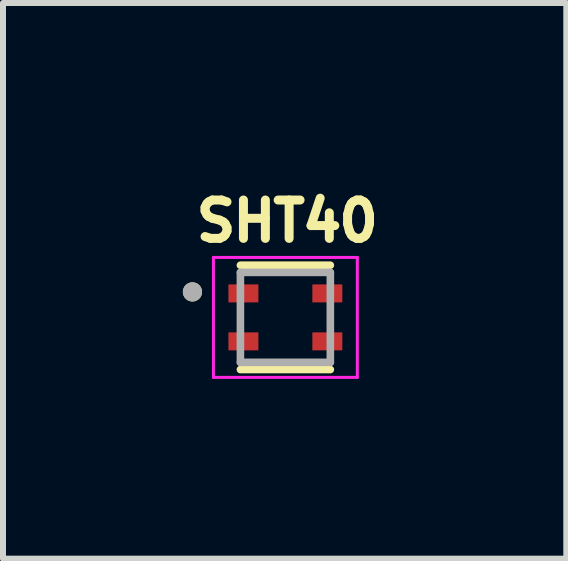
<source format=kicad_pcb>
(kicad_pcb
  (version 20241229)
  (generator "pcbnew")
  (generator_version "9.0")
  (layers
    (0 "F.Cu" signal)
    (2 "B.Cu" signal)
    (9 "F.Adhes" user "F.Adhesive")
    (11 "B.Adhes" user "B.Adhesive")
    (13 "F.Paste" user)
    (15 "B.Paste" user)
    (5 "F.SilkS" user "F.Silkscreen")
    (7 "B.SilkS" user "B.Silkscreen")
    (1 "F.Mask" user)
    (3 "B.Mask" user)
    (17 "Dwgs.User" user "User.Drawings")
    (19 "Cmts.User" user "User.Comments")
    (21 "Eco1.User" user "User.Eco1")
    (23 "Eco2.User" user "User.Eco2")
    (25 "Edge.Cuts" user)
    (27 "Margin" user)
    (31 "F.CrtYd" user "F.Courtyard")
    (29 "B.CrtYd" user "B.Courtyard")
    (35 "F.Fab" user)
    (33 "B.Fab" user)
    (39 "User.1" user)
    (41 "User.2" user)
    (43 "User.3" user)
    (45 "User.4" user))
  (footprint "SHT40"
    (layer "F.Cu")
    (at 1.71 2.244)
    (property "Reference" "SHT40" (at 0.032 -1.606 0) (layer "F.SilkS") (effects (font (size 0.64 0.64) (thickness 0.15))))
    (attr through_hole)
    (fp_line (start -0.75 -0.87) (end 0.75 -0.87) (stroke (width 0.127) (type solid)) (layer "F.SilkS"))
    (fp_line (start 0.75 0.87) (end -0.75 0.87) (stroke (width 0.127) (type solid)) (layer "F.SilkS"))
    (fp_circle (center -1.55 -0.425) (end -1.47 -0.425) (stroke (width 0.16) (type solid)) (fill no) (layer "F.SilkS"))
    (fp_line (start -1.2 -1) (end -1.2 1) (stroke (width 0.05) (type solid)) (layer "F.CrtYd"))
    (fp_line (start -1.2 1) (end 1.2 1) (stroke (width 0.05) (type solid)) (layer "F.CrtYd"))
    (fp_line (start 1.2 -1) (end -1.2 -1) (stroke (width 0.05) (type solid)) (layer "F.CrtYd"))
    (fp_line (start 1.2 1) (end 1.2 -1) (stroke (width 0.05) (type solid)) (layer "F.CrtYd"))
    (fp_line (start -0.75 -0.75) (end -0.75 0.75) (stroke (width 0.127) (type solid)) (layer "F.Fab"))
    (fp_line (start -0.75 -0.75) (end 0.75 -0.75) (stroke (width 0.127) (type solid)) (layer "F.Fab"))
    (fp_line (start 0.75 0.75) (end -0.75 0.75) (stroke (width 0.127) (type solid)) (layer "F.Fab"))
    (fp_line (start 0.75 0.75) (end 0.75 -0.75) (stroke (width 0.127) (type solid)) (layer "F.Fab"))
    (fp_circle (center -1.55 -0.425) (end -1.47 -0.425) (stroke (width 0.16) (type solid)) (fill no) (layer "F.Fab"))
    (pad "1" smd rect (at -0.7 -0.4) (size 0.5 0.3) (layers "F.Cu" "F.Mask" "F.Paste"))
    (pad "2" smd rect (at -0.7 0.4) (size 0.5 0.3) (layers "F.Cu" "F.Mask" "F.Paste"))
    (pad "3" smd rect (at 0.7 0.4) (size 0.5 0.3) (layers "F.Cu" "F.Mask" "F.Paste"))
    (pad "4" smd rect (at 0.7 -0.4) (size 0.5 0.3) (layers "F.Cu" "F.Mask" "F.Paste"))
    (zone (net_name "") (layer "F.Cu") (hatch full 0.508) (connect_pads) (min_thickness 0.01) (filled_areas_thickness no) (keepout (tracks not_allowed) (vias not_allowed) (pads not_allowed) (copperpour not_allowed) (footprints allowed)) (placement (enabled no)) (fill) (polygon (pts (xy 0.96 2.004) (xy 1.27 2.004) (xy 1.27 1.684) (xy 0.96 1.684) (xy 0.96 1.494) (xy 2.46 1.494) (xy 2.46 1.684) (xy 2.15 1.684) (xy 2.15 2.004) (xy 2.46 2.004) (xy 2.46 2.484) (xy 2.15 2.484) (xy 2.15 2.804) (xy 2.46 2.804) (xy 2.46 2.994) (xy 0.96 2.994) (xy 0.96 2.804) (xy 1.27 2.804) (xy 1.27 2.484) (xy 0.96 2.484)))))
  (gr_rect
    (start -3 -3)
    (end 6.396 6.269)
    (stroke (width 0.1) (type default))
    (fill no)
    (layer "Edge.Cuts")))
</source>
